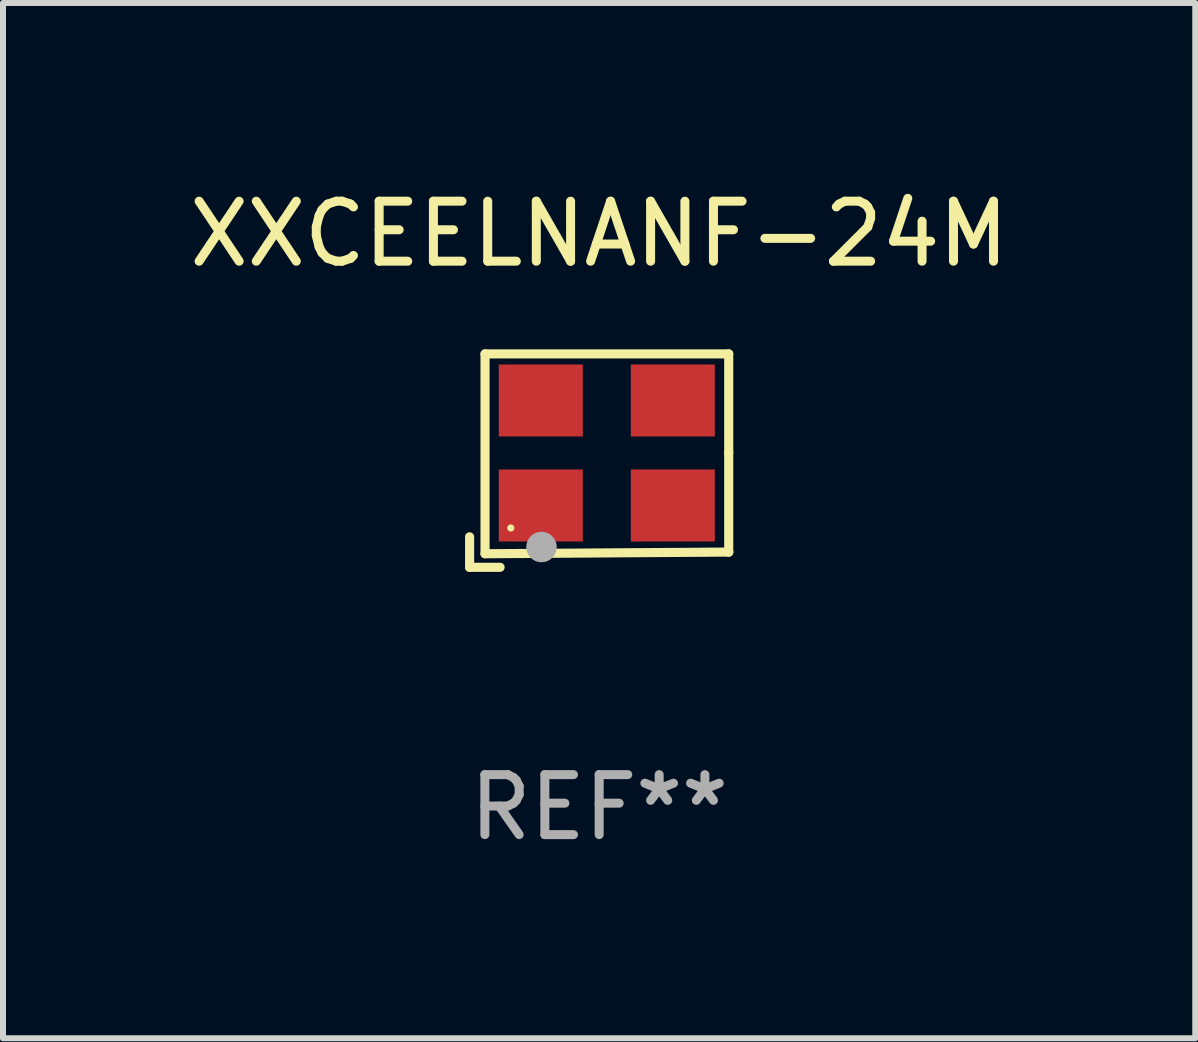
<source format=kicad_pcb>
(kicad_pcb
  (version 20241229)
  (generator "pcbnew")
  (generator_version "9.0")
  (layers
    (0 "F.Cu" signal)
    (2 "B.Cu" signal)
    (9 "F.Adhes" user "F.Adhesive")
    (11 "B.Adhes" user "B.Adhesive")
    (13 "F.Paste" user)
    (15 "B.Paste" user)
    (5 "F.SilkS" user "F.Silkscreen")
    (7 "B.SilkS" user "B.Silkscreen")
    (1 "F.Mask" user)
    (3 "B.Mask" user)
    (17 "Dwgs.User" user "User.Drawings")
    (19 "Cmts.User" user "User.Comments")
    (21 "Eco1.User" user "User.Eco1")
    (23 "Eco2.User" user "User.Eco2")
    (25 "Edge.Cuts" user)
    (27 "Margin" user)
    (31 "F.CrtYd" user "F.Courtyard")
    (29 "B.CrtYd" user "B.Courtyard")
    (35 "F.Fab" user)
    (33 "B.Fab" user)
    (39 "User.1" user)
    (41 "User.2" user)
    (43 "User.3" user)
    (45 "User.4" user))
  (footprint "XXCEELNANF-24M"
    (layer "F.Cu")
    (at 6.935 4.626)
    (property "Reference" "XXCEELNANF-24M" (at 0 -3.778 0) (layer "F.SilkS") (effects (font (size 1 1) (thickness 0.15))))
    (attr through_hole)
    (fp_line (start -2.159 1.27) (end -2.159 1.778) (stroke (width 0.152) (type solid)) (layer "F.SilkS"))
    (fp_line (start -2.159 1.778) (end -1.651 1.778) (stroke (width 0.152) (type solid)) (layer "F.SilkS"))
    (fp_line (start -1.902 -1.778) (end 2.159 -1.778) (stroke (width 0.152) (type solid)) (layer "F.SilkS"))
    (fp_line (start -1.902 1.552) (end -1.902 -1.778) (stroke (width 0.152) (type solid)) (layer "F.SilkS"))
    (fp_line (start 2.159 -1.778) (end 2.159 -0.127) (stroke (width 0.152) (type solid)) (layer "F.SilkS"))
    (fp_line (start 2.159 -0.127) (end 2.159 1.524) (stroke (width 0.152) (type solid)) (layer "F.SilkS"))
    (fp_line (start 2.159 1.524) (end -1.902 1.552) (stroke (width 0.152) (type solid)) (layer "F.SilkS"))
    (fp_line (start 2.159 1.524) (end 2.159 1.524) (stroke (width 0.152) (type solid)) (layer "F.SilkS"))
    (fp_circle (center -1.473 1.123) (end -1.443 1.123) (stroke (width 0.06) (type solid)) (fill no) (layer "F.SilkS"))
    (fp_circle (center -0.961 1.44) (end -0.834 1.44) (stroke (width 0.254) (type solid)) (fill no) (layer "F.Fab"))
    (fp_text user "REF**" (at 0 5.778 0) (layer "F.Fab") (effects (font (size 1 1) (thickness 0.15))))
    (pad "1" smd rect (at -0.973 0.748) (size 1.4 1.2) (layers "F.Cu" "F.Mask" "F.Paste"))
    (pad "2" smd rect (at 1.227 0.748) (size 1.4 1.2) (layers "F.Cu" "F.Mask" "F.Paste"))
    (pad "3" smd rect (at 1.227 -1.002) (size 1.4 1.2) (layers "F.Cu" "F.Mask" "F.Paste"))
    (pad "4" smd rect (at -0.973 -1.002) (size 1.4 1.2) (layers "F.Cu" "F.Mask" "F.Paste")))
  (gr_rect
    (start -3 -3)
    (end 16.869 14.253)
    (stroke (width 0.1) (type default))
    (fill no)
    (layer "Edge.Cuts")))
</source>
